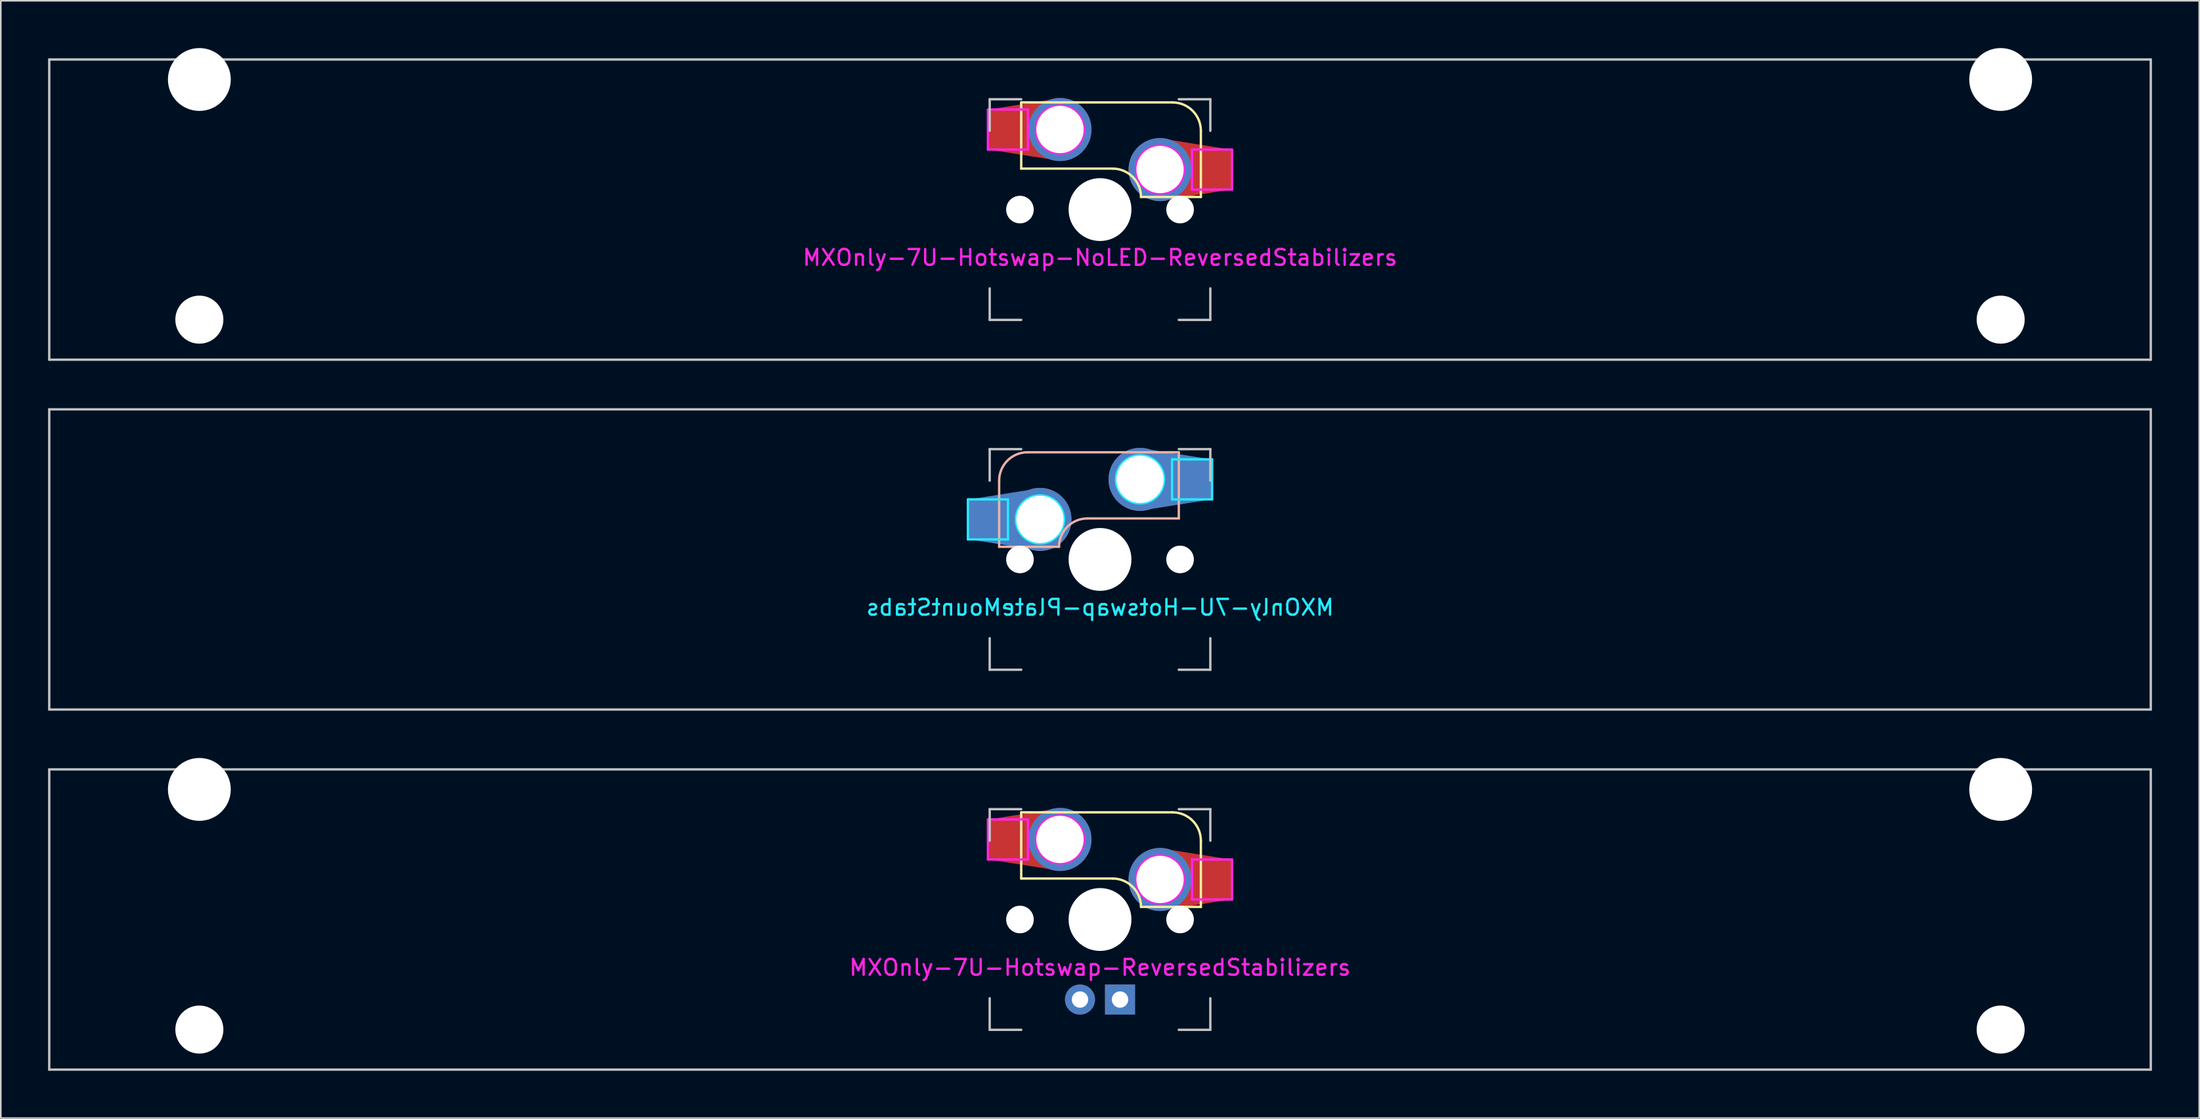
<source format=kicad_pcb>
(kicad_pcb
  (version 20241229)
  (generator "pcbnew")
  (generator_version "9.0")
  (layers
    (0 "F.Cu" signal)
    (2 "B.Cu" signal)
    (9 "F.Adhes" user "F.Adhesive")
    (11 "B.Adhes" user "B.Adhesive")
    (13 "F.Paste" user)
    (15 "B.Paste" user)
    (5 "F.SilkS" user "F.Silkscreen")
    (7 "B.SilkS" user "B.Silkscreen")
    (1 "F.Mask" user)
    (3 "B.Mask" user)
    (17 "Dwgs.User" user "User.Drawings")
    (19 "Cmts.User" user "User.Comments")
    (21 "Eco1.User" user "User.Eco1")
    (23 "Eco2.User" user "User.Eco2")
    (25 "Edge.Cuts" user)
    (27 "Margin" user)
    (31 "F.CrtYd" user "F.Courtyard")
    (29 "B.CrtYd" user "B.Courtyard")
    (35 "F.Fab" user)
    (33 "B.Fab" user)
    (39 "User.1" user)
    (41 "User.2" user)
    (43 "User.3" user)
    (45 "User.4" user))
  (footprint "MXOnly-7U-Hotswap-PlateMountStabs"
    (layer "F.Cu")
    (at 66.75 32.449)
    (property "Reference" "MXOnly-7U-Hotswap-PlateMountStabs" (at 0 3.048 0) (layer "B.CrtYd") (effects (font (size 1 1) (thickness 0.15)) (justify mirror)))
    (attr smd)
    (fp_line (start -6.4 -5) (end -6.4 -0.8) (stroke (width 0.15) (type solid)) (layer "B.SilkS"))
    (fp_line (start -6.4 -0.8) (end -2.6 -0.8) (stroke (width 0.15) (type solid)) (layer "B.SilkS"))
    (fp_line (start -0.8 -2.6) (end 5 -2.6) (stroke (width 0.15) (type solid)) (layer "B.SilkS"))
    (fp_line (start 5 -6.8) (end -4.6 -6.8) (stroke (width 0.15) (type solid)) (layer "B.SilkS"))
    (fp_line (start 5 -2.6) (end 5 -6.8) (stroke (width 0.15) (type solid)) (layer "B.SilkS"))
    (fp_arc (start -6.4 -5) (mid -5.872792 -6.272792) (end -4.6 -6.8) (stroke (width 0.15) (type solid)) (layer "B.SilkS"))
    (fp_arc (start -2.6 -0.8) (mid -2.072792 -2.072792) (end -0.8 -2.6) (stroke (width 0.15) (type solid)) (layer "B.SilkS"))
    (fp_line (start -66.675 -9.525) (end 66.675 -9.525) (stroke (width 0.15) (type solid)) (layer "Dwgs.User"))
    (fp_line (start -66.675 9.525) (end -66.675 -9.525) (stroke (width 0.15) (type solid)) (layer "Dwgs.User"))
    (fp_line (start -7 -7) (end -7 -5) (stroke (width 0.15) (type solid)) (layer "Dwgs.User"))
    (fp_line (start -7 5) (end -7 7) (stroke (width 0.15) (type solid)) (layer "Dwgs.User"))
    (fp_line (start -7 7) (end -5 7) (stroke (width 0.15) (type solid)) (layer "Dwgs.User"))
    (fp_line (start -5 -7) (end -7 -7) (stroke (width 0.15) (type solid)) (layer "Dwgs.User"))
    (fp_line (start 5 -7) (end 7 -7) (stroke (width 0.15) (type solid)) (layer "Dwgs.User"))
    (fp_line (start 5 7) (end 7 7) (stroke (width 0.15) (type solid)) (layer "Dwgs.User"))
    (fp_line (start 7 -7) (end 7 -5) (stroke (width 0.15) (type solid)) (layer "Dwgs.User"))
    (fp_line (start 7 7) (end 7 5) (stroke (width 0.15) (type solid)) (layer "Dwgs.User"))
    (fp_line (start 66.675 -9.525) (end 66.675 9.525) (stroke (width 0.15) (type solid)) (layer "Dwgs.User"))
    (fp_line (start 66.675 9.525) (end -66.675 9.525) (stroke (width 0.15) (type solid)) (layer "Dwgs.User"))
    (fp_line (start -8.382 -3.81) (end -5.842 -3.81) (stroke (width 0.15) (type solid)) (layer "B.CrtYd"))
    (fp_line (start -8.382 -1.27) (end -8.382 -3.81) (stroke (width 0.15) (type solid)) (layer "B.CrtYd"))
    (fp_line (start -5.842 -3.81) (end -5.842 -1.27) (stroke (width 0.15) (type solid)) (layer "B.CrtYd"))
    (fp_line (start -5.842 -1.27) (end -8.382 -1.27) (stroke (width 0.15) (type solid)) (layer "B.CrtYd"))
    (fp_line (start 4.572 -6.35) (end 7.112 -6.35) (stroke (width 0.15) (type solid)) (layer "B.CrtYd"))
    (fp_line (start 4.572 -3.81) (end 4.572 -6.35) (stroke (width 0.15) (type solid)) (layer "B.CrtYd"))
    (fp_line (start 7.112 -6.35) (end 7.112 -3.81) (stroke (width 0.15) (type solid)) (layer "B.CrtYd"))
    (fp_line (start 7.112 -3.81) (end 4.572 -3.81) (stroke (width 0.15) (type solid)) (layer "B.CrtYd"))
    (fp_circle (center -3.81 -2.54) (end -3.81 -4.064) (stroke (width 0.15) (type solid)) (fill no) (layer "B.CrtYd"))
    (fp_circle (center 2.54 -5.08) (end 2.54 -6.604) (stroke (width 0.15) (type solid)) (fill no) (layer "B.CrtYd"))
    (pad "" np_thru_hole circle (at -5.08 0 48.1) (size 1.75 1.75) (drill 1.75) (layers "*.Cu" "*.Mask"))
    (pad "" np_thru_hole circle (at 0 0) (size 3.988 3.988) (drill 3.988) (layers "*.Cu" "*.Mask"))
    (pad "" np_thru_hole circle (at 5.08 0 48.1) (size 1.75 1.75) (drill 1.75) (layers "*.Cu" "*.Mask"))
    (pad "1" smd custom (at -7.085 -2.54) (size 2.55 2.5) (layers "B.Cu" "B.Mask" "B.Paste") (options (anchor rect)) (primitives (gr_poly (pts (xy -1.195 -1.219) (xy 3.275 -1.93) (xy 3.275 1.93) (xy -1.195 1.219)) (width 0.1) (fill yes))))
    (pad "1" thru_hole circle (at -3.81 -2.54) (size 4 4) (drill 3) (layers "*.Cu" "B.Mask"))
    (pad "2" thru_hole circle (at 2.54 -5.08) (size 4 4) (drill 3) (layers "*.Cu" "B.Mask"))
    (pad "2" smd custom (at 5.842 -5.08) (size 2.55 2.5) (layers "B.Cu" "B.Mask" "B.Paste") (options (anchor rect)) (primitives (gr_poly (pts (xy 1.219 1.219) (xy -3.251 1.93) (xy -3.251 -1.93) (xy 1.219 -1.219)) (width 0.1) (fill yes)))))
  (footprint "MXOnly-7U-Hotswap-ReversedStabilizers"
    (layer "F.Cu")
    (at 66.75 55.298)
    (property "Reference" "MXOnly-7U-Hotswap-ReversedStabilizers" (at 0 3.048 180) (layer "F.CrtYd") (effects (font (size 1 1) (thickness 0.15))))
    (attr smd)
    (fp_line (start -5 -6.8) (end 4.6 -6.8) (stroke (width 0.15) (type solid)) (layer "F.SilkS"))
    (fp_line (start -5 -2.6) (end -5 -6.8) (stroke (width 0.15) (type solid)) (layer "F.SilkS"))
    (fp_line (start 0.8 -2.6) (end -5 -2.6) (stroke (width 0.15) (type solid)) (layer "F.SilkS"))
    (fp_line (start 6.4 -5) (end 6.4 -0.8) (stroke (width 0.15) (type solid)) (layer "F.SilkS"))
    (fp_line (start 6.4 -0.8) (end 2.6 -0.8) (stroke (width 0.15) (type solid)) (layer "F.SilkS"))
    (fp_arc (start 0.8 -2.6) (mid 2.072792 -2.072792) (end 2.6 -0.8) (stroke (width 0.15) (type solid)) (layer "F.SilkS"))
    (fp_arc (start 4.6 -6.8) (mid 5.872792 -6.272792) (end 6.4 -5) (stroke (width 0.15) (type solid)) (layer "F.SilkS"))
    (fp_poly (pts (xy -5.08 -3.493) (xy -7.112 -3.81) (xy -7.112 -6.35) (xy -5.08 -6.668)) (stroke (width 0.1) (type solid)) (fill yes) (layer "F.Paste"))
    (fp_poly (pts (xy 6.477 -4.064) (xy 8.509 -3.747) (xy 8.509 -1.206) (xy 6.477 -0.889)) (stroke (width 0.1) (type solid)) (fill yes) (layer "F.Paste"))
    (fp_line (start -66.675 -9.525) (end 66.675 -9.525) (stroke (width 0.15) (type solid)) (layer "Dwgs.User"))
    (fp_line (start -66.675 9.525) (end -66.675 -9.525) (stroke (width 0.15) (type solid)) (layer "Dwgs.User"))
    (fp_line (start -7 -7) (end -7 -5) (stroke (width 0.15) (type solid)) (layer "Dwgs.User"))
    (fp_line (start -7 7) (end -7 5) (stroke (width 0.15) (type solid)) (layer "Dwgs.User"))
    (fp_line (start -5 -7) (end -7 -7) (stroke (width 0.15) (type solid)) (layer "Dwgs.User"))
    (fp_line (start -5 7) (end -7 7) (stroke (width 0.15) (type solid)) (layer "Dwgs.User"))
    (fp_line (start 5 -7) (end 7 -7) (stroke (width 0.15) (type solid)) (layer "Dwgs.User"))
    (fp_line (start 7 -7) (end 7 -5) (stroke (width 0.15) (type solid)) (layer "Dwgs.User"))
    (fp_line (start 7 5) (end 7 7) (stroke (width 0.15) (type solid)) (layer "Dwgs.User"))
    (fp_line (start 7 7) (end 5 7) (stroke (width 0.15) (type solid)) (layer "Dwgs.User"))
    (fp_line (start 66.675 -9.525) (end 66.675 9.525) (stroke (width 0.15) (type solid)) (layer "Dwgs.User"))
    (fp_line (start 66.675 9.525) (end -66.675 9.525) (stroke (width 0.15) (type solid)) (layer "Dwgs.User"))
    (fp_line (start -7.112 -6.35) (end -7.112 -3.81) (stroke (width 0.15) (type solid)) (layer "F.CrtYd"))
    (fp_line (start -7.112 -3.81) (end -4.572 -3.81) (stroke (width 0.15) (type solid)) (layer "F.CrtYd"))
    (fp_line (start -4.572 -6.35) (end -7.112 -6.35) (stroke (width 0.15) (type solid)) (layer "F.CrtYd"))
    (fp_line (start -4.572 -3.81) (end -4.572 -6.35) (stroke (width 0.15) (type solid)) (layer "F.CrtYd"))
    (fp_line (start 5.842 -3.81) (end 5.842 -1.27) (stroke (width 0.15) (type solid)) (layer "F.CrtYd"))
    (fp_line (start 5.842 -1.27) (end 8.382 -1.27) (stroke (width 0.15) (type solid)) (layer "F.CrtYd"))
    (fp_line (start 8.382 -3.81) (end 5.842 -3.81) (stroke (width 0.15) (type solid)) (layer "F.CrtYd"))
    (fp_line (start 8.382 -1.27) (end 8.382 -3.81) (stroke (width 0.15) (type solid)) (layer "F.CrtYd"))
    (fp_circle (center -2.54 -5.08) (end -2.54 -6.604) (stroke (width 0.15) (type solid)) (fill no) (layer "F.CrtYd"))
    (fp_circle (center 3.81 -2.54) (end 3.81 -4.064) (stroke (width 0.15) (type solid)) (fill no) (layer "F.CrtYd"))
    (pad "" np_thru_hole circle (at -57.15 -8.255) (size 3.988 3.988) (drill 3.988) (layers "*.Cu" "*.Mask"))
    (pad "" np_thru_hole circle (at -57.15 6.985) (size 3.048 3.048) (drill 3.048) (layers "*.Cu" "*.Mask"))
    (pad "" np_thru_hole circle (at -5.08 0 131.9) (size 1.75 1.75) (drill 1.75) (layers "*.Cu" "*.Mask"))
    (pad "" np_thru_hole circle (at 0 0 180) (size 3.988 3.988) (drill 3.988) (layers "*.Cu" "*.Mask"))
    (pad "" np_thru_hole circle (at 5.08 0 131.9) (size 1.75 1.75) (drill 1.75) (layers "*.Cu" "*.Mask"))
    (pad "" np_thru_hole circle (at 57.15 -8.255) (size 3.988 3.988) (drill 3.988) (layers "*.Cu" "*.Mask"))
    (pad "" np_thru_hole circle (at 57.15 6.985) (size 3.048 3.048) (drill 3.048) (layers "*.Cu" "*.Mask"))
    (pad "1" thru_hole circle (at 3.81 -2.54 180) (size 4 4) (drill 3) (layers "*.Cu" "F.Mask"))
    (pad "1" smd custom (at 7.085 -2.54 180) (size 2.55 2.5) (layers "F.Cu" "F.Mask") (options (anchor rect)) (primitives (gr_poly (pts (xy -1.195 1.219) (xy 3.275 1.93) (xy 3.275 -1.93) (xy -1.195 -1.219)) (width 0.1) (fill yes))))
    (pad "2" smd custom (at -5.841 -5.08 180) (size 2.55 2.5) (layers "F.Cu" "F.Mask") (options (anchor rect)) (primitives (gr_poly (pts (xy 1.219 -1.219) (xy -3.251 -1.93) (xy -3.251 1.93) (xy 1.219 1.219)) (width 0.1) (fill yes))))
    (pad "2" thru_hole circle (at -2.54 -5.08 180) (size 4 4) (drill 3) (layers "*.Cu" "F.Mask"))
    (pad "3" thru_hole circle (at -1.27 5.08) (size 1.905 1.905) (drill 1.04) (layers "*.Cu" "B.Mask"))
    (pad "4" thru_hole rect (at 1.27 5.08) (size 1.905 1.905) (drill 1.04) (layers "*.Cu" "B.Mask")))
  (footprint "MXOnly-7U-Hotswap-NoLED-ReversedStabilizers"
    (layer "F.Cu")
    (at 66.75 10.249)
    (property "Reference" "MXOnly-7U-Hotswap-NoLED-ReversedStabilizers" (at 0 3.048 180) (layer "F.CrtYd") (effects (font (size 1 1) (thickness 0.15))))
    (attr smd)
    (fp_line (start -5 -6.8) (end 4.6 -6.8) (stroke (width 0.15) (type solid)) (layer "F.SilkS"))
    (fp_line (start -5 -2.6) (end -5 -6.8) (stroke (width 0.15) (type solid)) (layer "F.SilkS"))
    (fp_line (start 0.8 -2.6) (end -5 -2.6) (stroke (width 0.15) (type solid)) (layer "F.SilkS"))
    (fp_line (start 6.4 -5) (end 6.4 -0.8) (stroke (width 0.15) (type solid)) (layer "F.SilkS"))
    (fp_line (start 6.4 -0.8) (end 2.6 -0.8) (stroke (width 0.15) (type solid)) (layer "F.SilkS"))
    (fp_arc (start 0.8 -2.6) (mid 2.072792 -2.072792) (end 2.6 -0.8) (stroke (width 0.15) (type solid)) (layer "F.SilkS"))
    (fp_arc (start 4.6 -6.8) (mid 5.872792 -6.272792) (end 6.4 -5) (stroke (width 0.15) (type solid)) (layer "F.SilkS"))
    (fp_poly (pts (xy -5.08 -3.493) (xy -7.112 -3.81) (xy -7.112 -6.35) (xy -5.08 -6.668)) (stroke (width 0.1) (type solid)) (fill yes) (layer "F.Paste"))
    (fp_poly (pts (xy 6.477 -4.064) (xy 8.509 -3.747) (xy 8.509 -1.206) (xy 6.477 -0.889)) (stroke (width 0.1) (type solid)) (fill yes) (layer "F.Paste"))
    (fp_line (start -66.675 -9.525) (end 66.675 -9.525) (stroke (width 0.15) (type solid)) (layer "Dwgs.User"))
    (fp_line (start -66.675 9.525) (end -66.675 -9.525) (stroke (width 0.15) (type solid)) (layer "Dwgs.User"))
    (fp_line (start -7 -7) (end -7 -5) (stroke (width 0.15) (type solid)) (layer "Dwgs.User"))
    (fp_line (start -7 7) (end -7 5) (stroke (width 0.15) (type solid)) (layer "Dwgs.User"))
    (fp_line (start -5 -7) (end -7 -7) (stroke (width 0.15) (type solid)) (layer "Dwgs.User"))
    (fp_line (start -5 7) (end -7 7) (stroke (width 0.15) (type solid)) (layer "Dwgs.User"))
    (fp_line (start 5 -7) (end 7 -7) (stroke (width 0.15) (type solid)) (layer "Dwgs.User"))
    (fp_line (start 7 -7) (end 7 -5) (stroke (width 0.15) (type solid)) (layer "Dwgs.User"))
    (fp_line (start 7 5) (end 7 7) (stroke (width 0.15) (type solid)) (layer "Dwgs.User"))
    (fp_line (start 7 7) (end 5 7) (stroke (width 0.15) (type solid)) (layer "Dwgs.User"))
    (fp_line (start 66.675 -9.525) (end 66.675 9.525) (stroke (width 0.15) (type solid)) (layer "Dwgs.User"))
    (fp_line (start 66.675 9.525) (end -66.675 9.525) (stroke (width 0.15) (type solid)) (layer "Dwgs.User"))
    (fp_line (start -7.112 -6.35) (end -7.112 -3.81) (stroke (width 0.15) (type solid)) (layer "F.CrtYd"))
    (fp_line (start -7.112 -3.81) (end -4.572 -3.81) (stroke (width 0.15) (type solid)) (layer "F.CrtYd"))
    (fp_line (start -4.572 -6.35) (end -7.112 -6.35) (stroke (width 0.15) (type solid)) (layer "F.CrtYd"))
    (fp_line (start -4.572 -3.81) (end -4.572 -6.35) (stroke (width 0.15) (type solid)) (layer "F.CrtYd"))
    (fp_line (start 5.842 -3.81) (end 5.842 -1.27) (stroke (width 0.15) (type solid)) (layer "F.CrtYd"))
    (fp_line (start 5.842 -1.27) (end 8.382 -1.27) (stroke (width 0.15) (type solid)) (layer "F.CrtYd"))
    (fp_line (start 8.382 -3.81) (end 5.842 -3.81) (stroke (width 0.15) (type solid)) (layer "F.CrtYd"))
    (fp_line (start 8.382 -1.27) (end 8.382 -3.81) (stroke (width 0.15) (type solid)) (layer "F.CrtYd"))
    (fp_circle (center -2.54 -5.08) (end -2.54 -6.604) (stroke (width 0.15) (type solid)) (fill no) (layer "F.CrtYd"))
    (fp_circle (center 3.81 -2.54) (end 3.81 -4.064) (stroke (width 0.15) (type solid)) (fill no) (layer "F.CrtYd"))
    (pad "" np_thru_hole circle (at -57.15 -8.255) (size 3.988 3.988) (drill 3.988) (layers "*.Cu" "*.Mask"))
    (pad "" np_thru_hole circle (at -57.15 6.985) (size 3.048 3.048) (drill 3.048) (layers "*.Cu" "*.Mask"))
    (pad "" np_thru_hole circle (at -5.08 0 131.9) (size 1.75 1.75) (drill 1.75) (layers "*.Cu" "*.Mask"))
    (pad "" np_thru_hole circle (at 0 0 180) (size 3.988 3.988) (drill 3.988) (layers "*.Cu" "*.Mask"))
    (pad "" np_thru_hole circle (at 5.08 0 131.9) (size 1.75 1.75) (drill 1.75) (layers "*.Cu" "*.Mask"))
    (pad "" np_thru_hole circle (at 57.15 -8.255) (size 3.988 3.988) (drill 3.988) (layers "*.Cu" "*.Mask"))
    (pad "" np_thru_hole circle (at 57.15 6.985) (size 3.048 3.048) (drill 3.048) (layers "*.Cu" "*.Mask"))
    (pad "1" thru_hole circle (at 3.81 -2.54 180) (size 4 4) (drill 3) (layers "*.Cu" "F.Mask"))
    (pad "1" smd custom (at 7.085 -2.54 180) (size 2.55 2.5) (layers "F.Cu" "F.Mask") (options (anchor rect)) (primitives (gr_poly (pts (xy -1.195 1.219) (xy 3.275 1.93) (xy 3.275 -1.93) (xy -1.195 -1.219)) (width 0.1) (fill yes))))
    (pad "2" smd custom (at -5.841 -5.08 180) (size 2.55 2.5) (layers "F.Cu" "F.Mask") (options (anchor rect)) (primitives (gr_poly (pts (xy 1.219 -1.219) (xy -3.251 -1.93) (xy -3.251 1.93) (xy 1.219 1.219)) (width 0.1) (fill yes))))
    (pad "2" thru_hole circle (at -2.54 -5.08 180) (size 4 4) (drill 3) (layers "*.Cu" "F.Mask")))
  (gr_rect
    (start -3 -3)
    (end 136.5 67.898)
    (stroke (width 0.1) (type default))
    (fill no)
    (layer "Edge.Cuts")))
</source>
